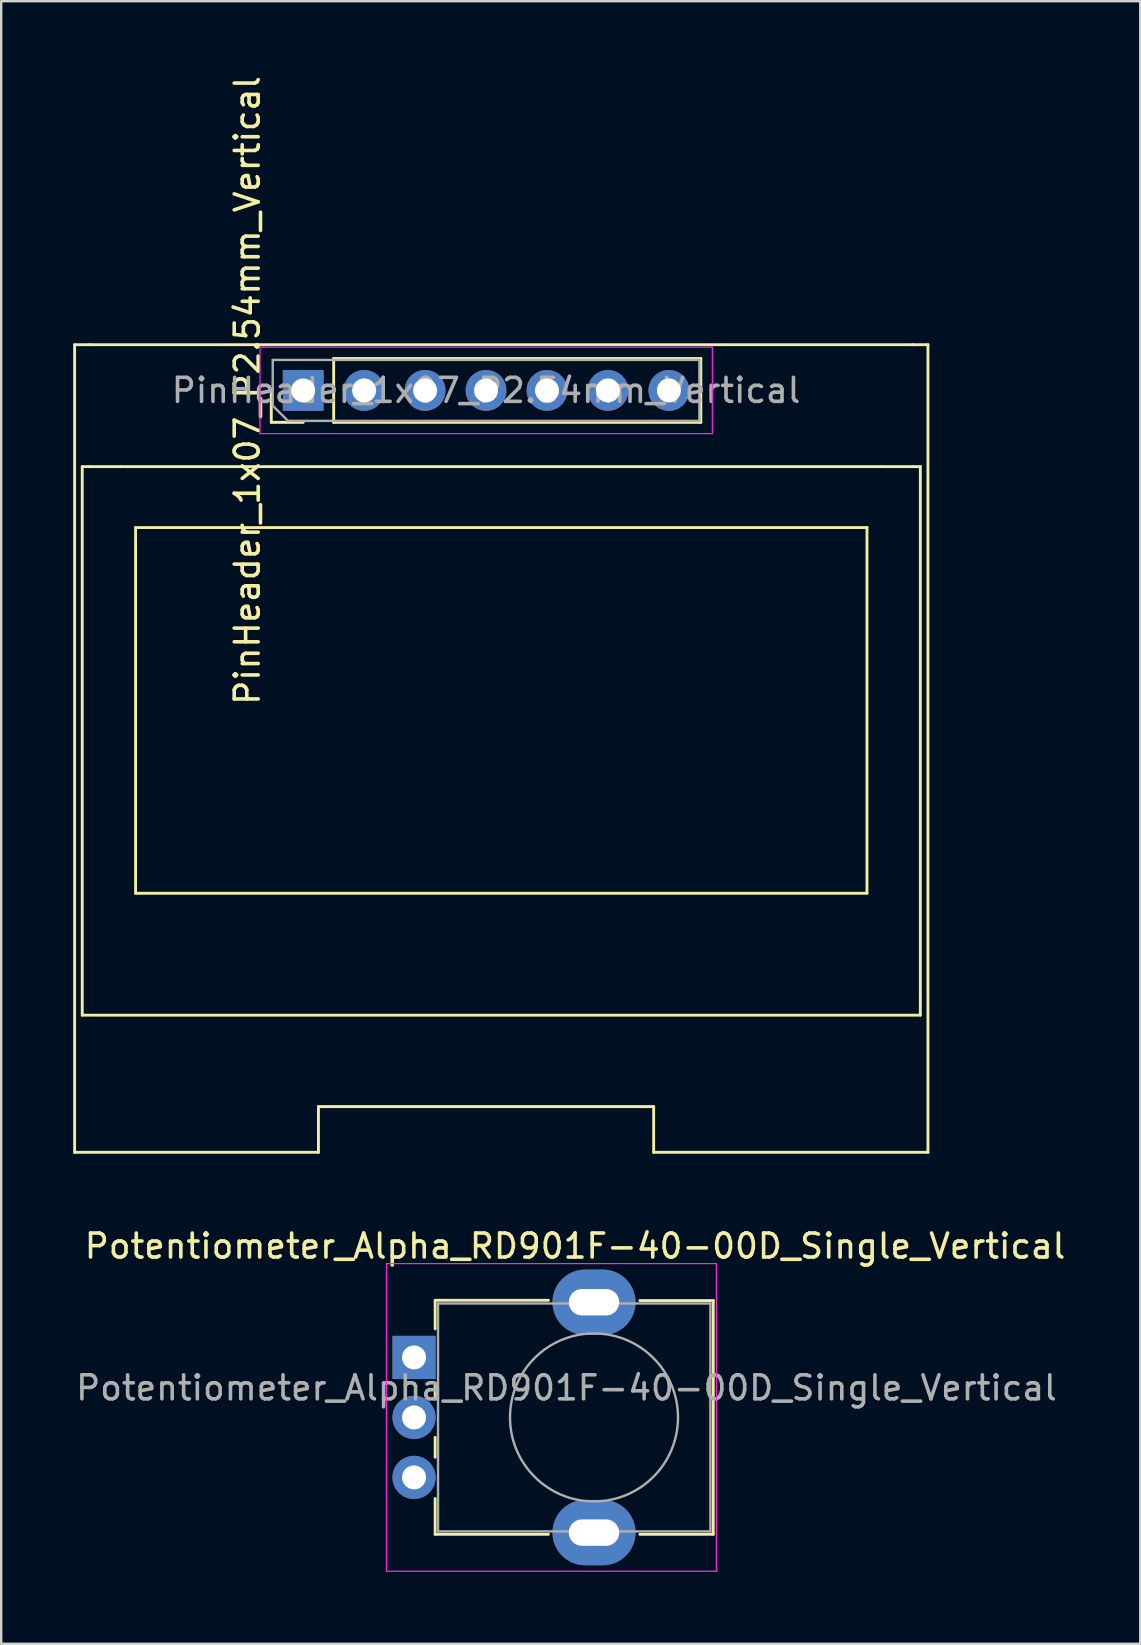
<source format=kicad_pcb>
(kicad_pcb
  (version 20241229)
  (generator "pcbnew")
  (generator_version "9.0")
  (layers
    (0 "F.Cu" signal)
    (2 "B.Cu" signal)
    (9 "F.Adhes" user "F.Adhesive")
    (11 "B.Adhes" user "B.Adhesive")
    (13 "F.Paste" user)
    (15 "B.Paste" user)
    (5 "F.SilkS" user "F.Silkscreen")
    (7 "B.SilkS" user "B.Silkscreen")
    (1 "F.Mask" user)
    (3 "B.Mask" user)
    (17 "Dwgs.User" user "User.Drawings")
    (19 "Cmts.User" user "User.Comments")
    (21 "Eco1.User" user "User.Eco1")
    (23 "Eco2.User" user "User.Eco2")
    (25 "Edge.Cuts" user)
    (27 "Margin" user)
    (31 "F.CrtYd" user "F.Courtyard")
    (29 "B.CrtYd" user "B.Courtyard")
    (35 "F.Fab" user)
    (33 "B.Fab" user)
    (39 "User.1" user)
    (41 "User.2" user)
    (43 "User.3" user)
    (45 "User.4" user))
  (footprint "PinHeader_1x07_P2.54mm_Vertical"
    (layer "F.Cu")
    (at 17.205 13.22)
    (property "Reference" "PinHeader_1x07_P2.54mm_Vertical" (at -9.95 0 90) (layer "F.SilkS") (effects (font (size 1 1) (thickness 0.15))))
    (attr through_hole)
    (fp_line (start -17.145 31.75) (end -17.145 -1.905) (stroke (width 0.12) (type solid)) (layer "F.SilkS"))
    (fp_line (start -16.828 26.035) (end -16.828 3.175) (stroke (width 0.12) (type solid)) (layer "F.SilkS"))
    (fp_line (start -16.51 -1.905) (end -17.145 -1.905) (stroke (width 0.12) (type solid)) (layer "F.SilkS"))
    (fp_line (start -16.51 -1.905) (end 17.78 -1.905) (stroke (width 0.12) (type solid)) (layer "F.SilkS"))
    (fp_line (start -16.51 3.175) (end -16.828 3.175) (stroke (width 0.12) (type solid)) (layer "F.SilkS"))
    (fp_line (start -15.24 3.175) (end -16.51 3.175) (stroke (width 0.12) (type solid)) (layer "F.SilkS"))
    (fp_line (start -15.24 3.175) (end 16.51 3.175) (stroke (width 0.12) (type solid)) (layer "F.SilkS"))
    (fp_line (start -14.605 5.715) (end -14.605 20.955) (stroke (width 0.12) (type solid)) (layer "F.SilkS"))
    (fp_line (start -14.605 20.955) (end 15.875 20.955) (stroke (width 0.12) (type solid)) (layer "F.SilkS"))
    (fp_line (start -8.95 1.33) (end -8.95 0) (stroke (width 0.12) (type solid)) (layer "F.SilkS"))
    (fp_line (start -7.62 1.33) (end -8.95 1.33) (stroke (width 0.12) (type solid)) (layer "F.SilkS"))
    (fp_line (start -6.985 29.845) (end 6.985 29.845) (stroke (width 0.12) (type solid)) (layer "F.SilkS"))
    (fp_line (start -6.985 31.75) (end -17.145 31.75) (stroke (width 0.12) (type solid)) (layer "F.SilkS"))
    (fp_line (start -6.985 31.75) (end -6.985 29.845) (stroke (width 0.12) (type solid)) (layer "F.SilkS"))
    (fp_line (start -6.35 -1.33) (end 8.95 -1.33) (stroke (width 0.12) (type solid)) (layer "F.SilkS"))
    (fp_line (start -6.35 1.33) (end -6.35 -1.33) (stroke (width 0.12) (type solid)) (layer "F.SilkS"))
    (fp_line (start -6.35 1.33) (end 8.95 1.33) (stroke (width 0.12) (type solid)) (layer "F.SilkS"))
    (fp_line (start 6.985 29.845) (end 6.985 31.75) (stroke (width 0.12) (type solid)) (layer "F.SilkS"))
    (fp_line (start 6.985 31.75) (end 18.415 31.75) (stroke (width 0.12) (type solid)) (layer "F.SilkS"))
    (fp_line (start 8.95 1.33) (end 8.95 -1.33) (stroke (width 0.12) (type solid)) (layer "F.SilkS"))
    (fp_line (start 15.875 5.715) (end -14.605 5.715) (stroke (width 0.12) (type solid)) (layer "F.SilkS"))
    (fp_line (start 15.875 5.715) (end 15.875 20.955) (stroke (width 0.12) (type solid)) (layer "F.SilkS"))
    (fp_line (start 16.51 3.175) (end 17.78 3.175) (stroke (width 0.12) (type solid)) (layer "F.SilkS"))
    (fp_line (start 17.78 -1.905) (end 18.415 -1.905) (stroke (width 0.12) (type solid)) (layer "F.SilkS"))
    (fp_line (start 17.78 3.175) (end 18.098 3.175) (stroke (width 0.12) (type solid)) (layer "F.SilkS"))
    (fp_line (start 18.098 3.175) (end 18.098 25.4) (stroke (width 0.12) (type solid)) (layer "F.SilkS"))
    (fp_line (start 18.098 25.4) (end 18.098 26.035) (stroke (width 0.12) (type solid)) (layer "F.SilkS"))
    (fp_line (start 18.098 26.035) (end -16.828 26.035) (stroke (width 0.12) (type solid)) (layer "F.SilkS"))
    (fp_line (start 18.415 -1.905) (end 18.415 31.75) (stroke (width 0.12) (type solid)) (layer "F.SilkS"))
    (fp_line (start -9.42 -1.8) (end -9.42 1.8) (stroke (width 0.05) (type solid)) (layer "F.CrtYd"))
    (fp_line (start -9.42 1.8) (end 9.43 1.8) (stroke (width 0.05) (type solid)) (layer "F.CrtYd"))
    (fp_line (start 9.43 -1.8) (end -9.42 -1.8) (stroke (width 0.05) (type solid)) (layer "F.CrtYd"))
    (fp_line (start 9.43 1.8) (end 9.43 -1.8) (stroke (width 0.05) (type solid)) (layer "F.CrtYd"))
    (fp_line (start -8.89 -1.27) (end 8.89 -1.27) (stroke (width 0.1) (type solid)) (layer "F.Fab"))
    (fp_line (start -8.89 0.635) (end -8.89 -1.27) (stroke (width 0.1) (type solid)) (layer "F.Fab"))
    (fp_line (start -8.255 1.27) (end -8.89 0.635) (stroke (width 0.1) (type solid)) (layer "F.Fab"))
    (fp_line (start 8.89 -1.27) (end 8.89 1.27) (stroke (width 0.1) (type solid)) (layer "F.Fab"))
    (fp_line (start 8.89 1.27) (end -8.255 1.27) (stroke (width 0.1) (type solid)) (layer "F.Fab"))
    (fp_text user "${REFERENCE}" (at 0 0 180) (layer "F.Fab") (effects (font (size 1 1) (thickness 0.15))))
    (pad "1" thru_hole rect (at -7.62 0 90) (size 1.7 1.7) (drill 1) (layers "*.Cu" "*.Mask"))
    (pad "2" thru_hole oval (at -5.08 0 90) (size 1.7 1.7) (drill 1) (layers "*.Cu" "*.Mask"))
    (pad "3" thru_hole oval (at -2.54 0 90) (size 1.7 1.7) (drill 1) (layers "*.Cu" "*.Mask"))
    (pad "4" thru_hole oval (at 0 0 90) (size 1.7 1.7) (drill 1) (layers "*.Cu" "*.Mask"))
    (pad "5" thru_hole oval (at 2.54 0 90) (size 1.7 1.7) (drill 1) (layers "*.Cu" "*.Mask"))
    (pad "6" thru_hole oval (at 5.08 0 90) (size 1.7 1.7) (drill 1) (layers "*.Cu" "*.Mask"))
    (pad "7" thru_hole oval (at 7.62 0 90) (size 1.7 1.7) (drill 1) (layers "*.Cu" "*.Mask")))
  (footprint "Potentiometer_Alpha_RD901F-40-00D_Single_Vertical"
    (layer "F.Cu")
    (at 21.704 56.018)
    (property "Reference" "Potentiometer_Alpha_RD901F-40-00D_Single_Vertical" (at -0.79 -7.14 180) (layer "F.SilkS") (effects (font (size 1 1) (thickness 0.15))))
    (attr through_hole)
    (fp_line (start -6.62 -4.88) (end -1.9 -4.88) (stroke (width 0.12) (type solid)) (layer "F.SilkS"))
    (fp_line (start -6.62 -3.69) (end -6.62 -4.87) (stroke (width 0.12) (type solid)) (layer "F.SilkS"))
    (fp_line (start -6.62 -0.79) (end -6.62 -1.32) (stroke (width 0.12) (type solid)) (layer "F.SilkS"))
    (fp_line (start -6.62 1.66) (end -6.62 0.83) (stroke (width 0.12) (type solid)) (layer "F.SilkS"))
    (fp_line (start -6.62 4.87) (end -6.62 3.38) (stroke (width 0.12) (type solid)) (layer "F.SilkS"))
    (fp_line (start -6.62 4.87) (end -1.9 4.87) (stroke (width 0.12) (type solid)) (layer "F.SilkS"))
    (fp_line (start 1.91 -4.87) (end 4.97 -4.87) (stroke (width 0.12) (type solid)) (layer "F.SilkS"))
    (fp_line (start 1.91 4.87) (end 4.97 4.87) (stroke (width 0.12) (type solid)) (layer "F.SilkS"))
    (fp_line (start 4.97 4.87) (end 4.97 -4.87) (stroke (width 0.12) (type solid)) (layer "F.SilkS"))
    (fp_line (start -8.65 -6.41) (end -8.65 6.41) (stroke (width 0.05) (type solid)) (layer "F.CrtYd"))
    (fp_line (start -8.65 6.41) (end 5.1 6.41) (stroke (width 0.05) (type solid)) (layer "F.CrtYd"))
    (fp_line (start 5.1 -6.41) (end -8.65 -6.41) (stroke (width 0.05) (type solid)) (layer "F.CrtYd"))
    (fp_line (start 5.1 6.41) (end 5.1 -6.41) (stroke (width 0.05) (type solid)) (layer "F.CrtYd"))
    (fp_line (start -6.5 -4.75) (end 4.85 -4.75) (stroke (width 0.1) (type solid)) (layer "F.Fab"))
    (fp_line (start -6.5 4.75) (end -6.5 -4.75) (stroke (width 0.1) (type solid)) (layer "F.Fab"))
    (fp_line (start -6.5 4.75) (end 4.85 4.75) (stroke (width 0.1) (type solid)) (layer "F.Fab"))
    (fp_line (start 4.85 4.75) (end 4.85 -4.75) (stroke (width 0.1) (type solid)) (layer "F.Fab"))
    (fp_circle (center 0 0) (end 0 -3.5) (stroke (width 0.1) (type solid)) (fill no) (layer "F.Fab"))
    (fp_text user "${REFERENCE}" (at -1.15 -1.23 0) (layer "F.Fab") (effects (font (size 1 1) (thickness 0.15))))
    (pad "" thru_hole oval (at 0 -4.8 90) (size 2.72 3.46) (drill oval 1.1 2.1) (layers "*.Cu" "*.Mask"))
    (pad "" thru_hole oval (at 0 4.8 90) (size 2.72 3.46) (drill oval 1.1 2.1) (layers "*.Cu" "*.Mask"))
    (pad "1" thru_hole rect (at -7.5 -2.5 90) (size 1.8 1.8) (drill 1) (layers "*.Cu" "*.Mask"))
    (pad "2" thru_hole circle (at -7.5 0 90) (size 1.8 1.8) (drill 1) (layers "*.Cu" "*.Mask"))
    (pad "3" thru_hole circle (at -7.5 2.5 90) (size 1.8 1.8) (drill 1) (layers "*.Cu" "*.Mask")))
  (gr_rect
    (start -3 -3)
    (end 44.467 65.453)
    (stroke (width 0.1) (type default))
    (fill no)
    (layer "Edge.Cuts")))
</source>
